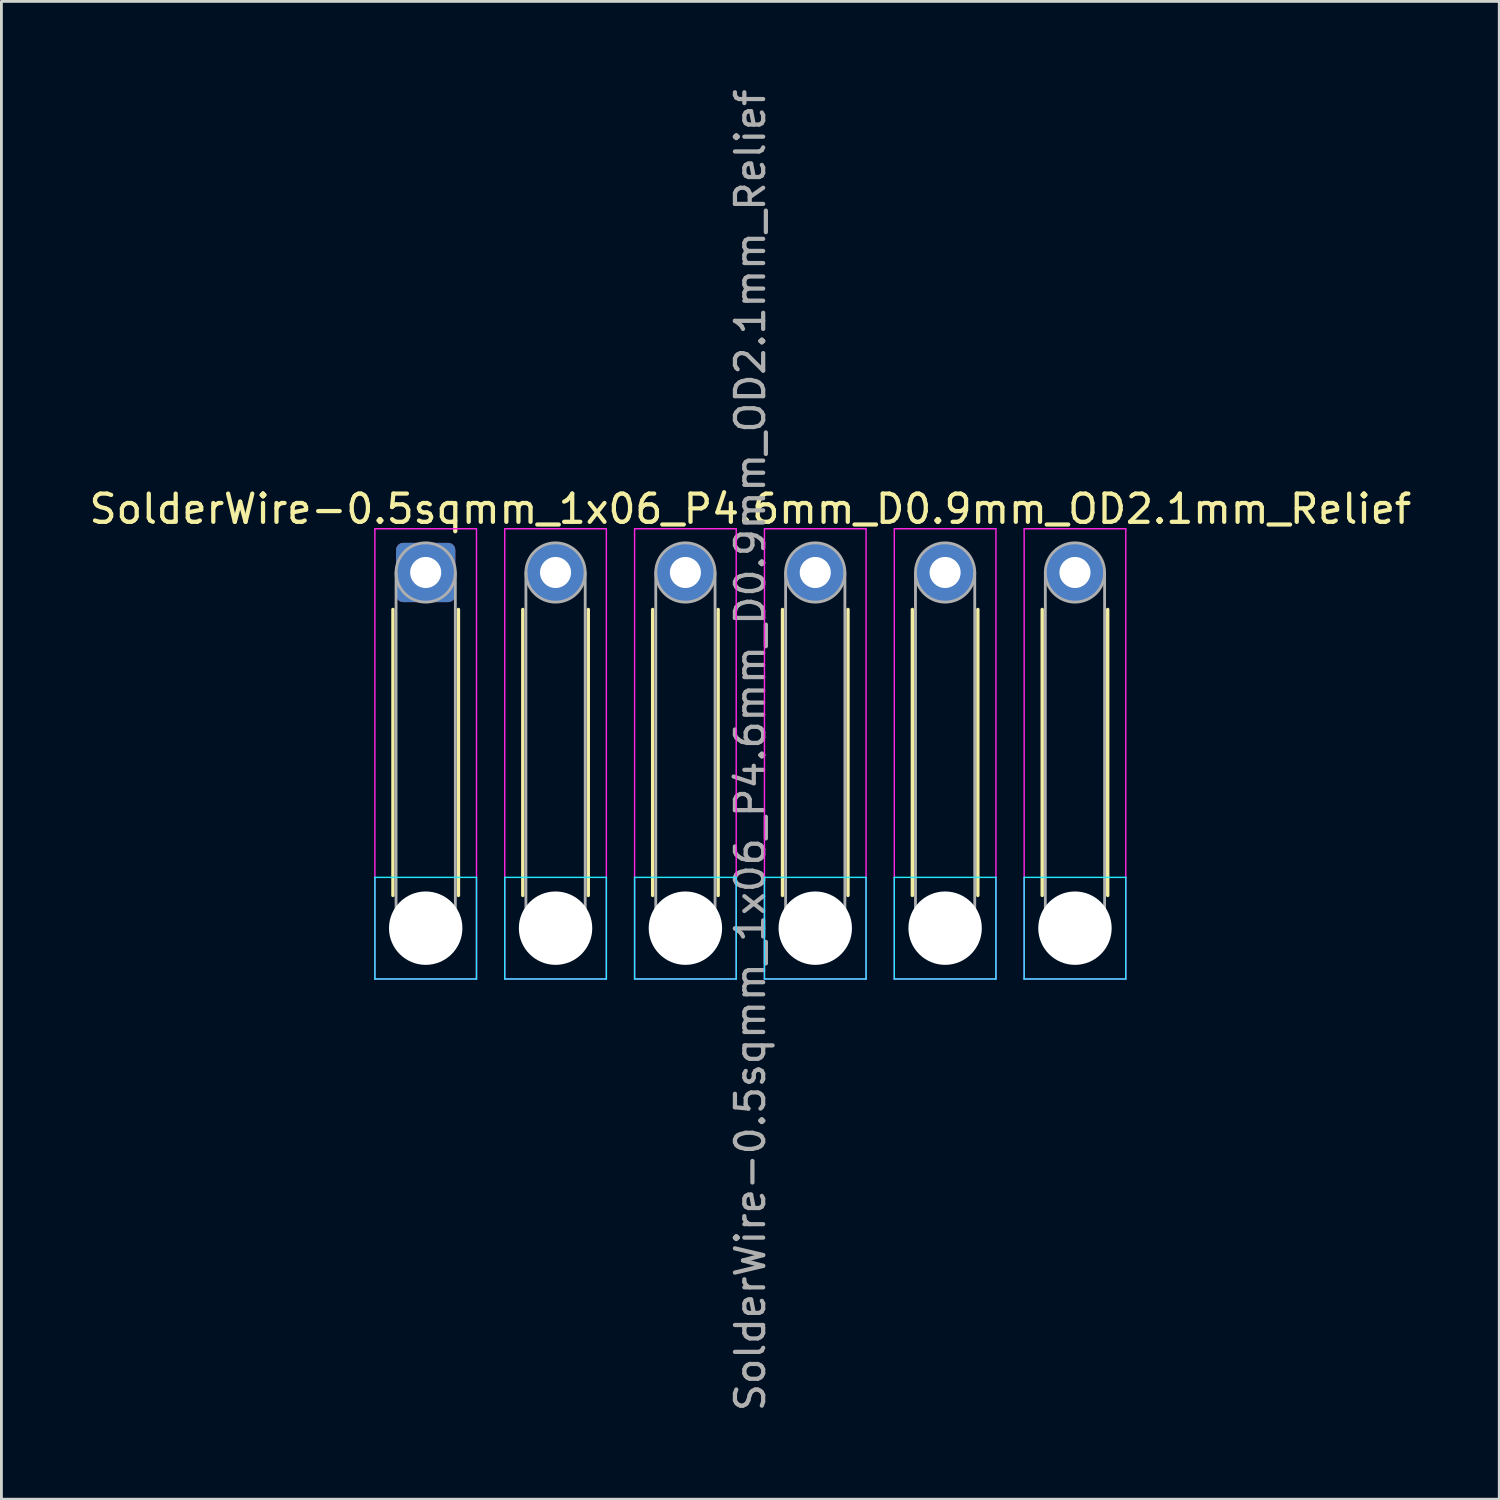
<source format=kicad_pcb>
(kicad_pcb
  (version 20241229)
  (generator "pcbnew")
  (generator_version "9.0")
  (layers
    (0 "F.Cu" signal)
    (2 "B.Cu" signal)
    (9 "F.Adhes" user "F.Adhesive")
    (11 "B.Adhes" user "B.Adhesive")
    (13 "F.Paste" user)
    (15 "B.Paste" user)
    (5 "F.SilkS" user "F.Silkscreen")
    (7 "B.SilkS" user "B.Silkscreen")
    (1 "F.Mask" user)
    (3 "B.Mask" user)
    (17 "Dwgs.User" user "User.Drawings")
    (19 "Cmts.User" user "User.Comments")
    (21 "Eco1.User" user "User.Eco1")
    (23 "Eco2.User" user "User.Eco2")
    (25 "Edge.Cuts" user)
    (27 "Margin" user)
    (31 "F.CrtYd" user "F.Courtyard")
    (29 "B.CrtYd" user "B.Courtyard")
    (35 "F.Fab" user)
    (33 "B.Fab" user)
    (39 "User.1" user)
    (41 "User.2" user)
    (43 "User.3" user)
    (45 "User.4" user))
  (footprint "SolderWire-0.5sqmm_1x06_P4.6mm_D0.9mm_OD2.1mm_Relief"
    (layer "F.Cu")
    (at 12.03 17.23)
    (property "Reference" "SolderWire-0.5sqmm_1x06_P4.6mm_D0.9mm_OD2.1mm_Relief" (at 11.5 -2.25 0) (layer "F.SilkS") (effects (font (size 1 1) (thickness 0.15))))
    (attr exclude_from_pos_files exclude_from_bom)
    (fp_line (start -1.16 1.31) (end -1.16 11.44) (stroke (width 0.12) (type solid)) (layer "F.SilkS"))
    (fp_line (start 1.16 1.31) (end 1.16 11.44) (stroke (width 0.12) (type solid)) (layer "F.SilkS"))
    (fp_line (start 3.44 1.31) (end 3.44 11.44) (stroke (width 0.12) (type solid)) (layer "F.SilkS"))
    (fp_line (start 5.76 1.31) (end 5.76 11.44) (stroke (width 0.12) (type solid)) (layer "F.SilkS"))
    (fp_line (start 8.04 1.31) (end 8.04 11.44) (stroke (width 0.12) (type solid)) (layer "F.SilkS"))
    (fp_line (start 10.36 1.31) (end 10.36 11.44) (stroke (width 0.12) (type solid)) (layer "F.SilkS"))
    (fp_line (start 12.64 1.31) (end 12.64 11.44) (stroke (width 0.12) (type solid)) (layer "F.SilkS"))
    (fp_line (start 14.96 1.31) (end 14.96 11.44) (stroke (width 0.12) (type solid)) (layer "F.SilkS"))
    (fp_line (start 17.24 1.31) (end 17.24 11.44) (stroke (width 0.12) (type solid)) (layer "F.SilkS"))
    (fp_line (start 19.56 1.31) (end 19.56 11.44) (stroke (width 0.12) (type solid)) (layer "F.SilkS"))
    (fp_line (start 21.84 1.31) (end 21.84 11.44) (stroke (width 0.12) (type solid)) (layer "F.SilkS"))
    (fp_line (start 24.16 1.31) (end 24.16 11.44) (stroke (width 0.12) (type solid)) (layer "F.SilkS"))
    (fp_line (start -1.8 10.8) (end -1.8 14.4) (stroke (width 0.05) (type solid)) (layer "B.CrtYd"))
    (fp_line (start -1.8 14.4) (end 1.8 14.4) (stroke (width 0.05) (type solid)) (layer "B.CrtYd"))
    (fp_line (start 1.8 10.8) (end -1.8 10.8) (stroke (width 0.05) (type solid)) (layer "B.CrtYd"))
    (fp_line (start 1.8 14.4) (end 1.8 10.8) (stroke (width 0.05) (type solid)) (layer "B.CrtYd"))
    (fp_line (start 2.8 10.8) (end 2.8 14.4) (stroke (width 0.05) (type solid)) (layer "B.CrtYd"))
    (fp_line (start 2.8 14.4) (end 6.4 14.4) (stroke (width 0.05) (type solid)) (layer "B.CrtYd"))
    (fp_line (start 6.4 10.8) (end 2.8 10.8) (stroke (width 0.05) (type solid)) (layer "B.CrtYd"))
    (fp_line (start 6.4 14.4) (end 6.4 10.8) (stroke (width 0.05) (type solid)) (layer "B.CrtYd"))
    (fp_line (start 7.4 10.8) (end 7.4 14.4) (stroke (width 0.05) (type solid)) (layer "B.CrtYd"))
    (fp_line (start 7.4 14.4) (end 11 14.4) (stroke (width 0.05) (type solid)) (layer "B.CrtYd"))
    (fp_line (start 11 10.8) (end 7.4 10.8) (stroke (width 0.05) (type solid)) (layer "B.CrtYd"))
    (fp_line (start 11 14.4) (end 11 10.8) (stroke (width 0.05) (type solid)) (layer "B.CrtYd"))
    (fp_line (start 12 10.8) (end 12 14.4) (stroke (width 0.05) (type solid)) (layer "B.CrtYd"))
    (fp_line (start 12 14.4) (end 15.6 14.4) (stroke (width 0.05) (type solid)) (layer "B.CrtYd"))
    (fp_line (start 15.6 10.8) (end 12 10.8) (stroke (width 0.05) (type solid)) (layer "B.CrtYd"))
    (fp_line (start 15.6 14.4) (end 15.6 10.8) (stroke (width 0.05) (type solid)) (layer "B.CrtYd"))
    (fp_line (start 16.6 10.8) (end 16.6 14.4) (stroke (width 0.05) (type solid)) (layer "B.CrtYd"))
    (fp_line (start 16.6 14.4) (end 20.2 14.4) (stroke (width 0.05) (type solid)) (layer "B.CrtYd"))
    (fp_line (start 20.2 10.8) (end 16.6 10.8) (stroke (width 0.05) (type solid)) (layer "B.CrtYd"))
    (fp_line (start 20.2 14.4) (end 20.2 10.8) (stroke (width 0.05) (type solid)) (layer "B.CrtYd"))
    (fp_line (start 21.2 10.8) (end 21.2 14.4) (stroke (width 0.05) (type solid)) (layer "B.CrtYd"))
    (fp_line (start 21.2 14.4) (end 24.8 14.4) (stroke (width 0.05) (type solid)) (layer "B.CrtYd"))
    (fp_line (start 24.8 10.8) (end 21.2 10.8) (stroke (width 0.05) (type solid)) (layer "B.CrtYd"))
    (fp_line (start 24.8 14.4) (end 24.8 10.8) (stroke (width 0.05) (type solid)) (layer "B.CrtYd"))
    (fp_line (start -1.8 -1.55) (end -1.8 14.4) (stroke (width 0.05) (type solid)) (layer "F.CrtYd"))
    (fp_line (start -1.8 14.4) (end 1.8 14.4) (stroke (width 0.05) (type solid)) (layer "F.CrtYd"))
    (fp_line (start 1.8 -1.55) (end -1.8 -1.55) (stroke (width 0.05) (type solid)) (layer "F.CrtYd"))
    (fp_line (start 1.8 14.4) (end 1.8 -1.55) (stroke (width 0.05) (type solid)) (layer "F.CrtYd"))
    (fp_line (start 2.8 -1.55) (end 2.8 14.4) (stroke (width 0.05) (type solid)) (layer "F.CrtYd"))
    (fp_line (start 2.8 14.4) (end 6.4 14.4) (stroke (width 0.05) (type solid)) (layer "F.CrtYd"))
    (fp_line (start 6.4 -1.55) (end 2.8 -1.55) (stroke (width 0.05) (type solid)) (layer "F.CrtYd"))
    (fp_line (start 6.4 14.4) (end 6.4 -1.55) (stroke (width 0.05) (type solid)) (layer "F.CrtYd"))
    (fp_line (start 7.4 -1.55) (end 7.4 14.4) (stroke (width 0.05) (type solid)) (layer "F.CrtYd"))
    (fp_line (start 7.4 14.4) (end 11 14.4) (stroke (width 0.05) (type solid)) (layer "F.CrtYd"))
    (fp_line (start 11 -1.55) (end 7.4 -1.55) (stroke (width 0.05) (type solid)) (layer "F.CrtYd"))
    (fp_line (start 11 14.4) (end 11 -1.55) (stroke (width 0.05) (type solid)) (layer "F.CrtYd"))
    (fp_line (start 12 -1.55) (end 12 14.4) (stroke (width 0.05) (type solid)) (layer "F.CrtYd"))
    (fp_line (start 12 14.4) (end 15.6 14.4) (stroke (width 0.05) (type solid)) (layer "F.CrtYd"))
    (fp_line (start 15.6 -1.55) (end 12 -1.55) (stroke (width 0.05) (type solid)) (layer "F.CrtYd"))
    (fp_line (start 15.6 14.4) (end 15.6 -1.55) (stroke (width 0.05) (type solid)) (layer "F.CrtYd"))
    (fp_line (start 16.6 -1.55) (end 16.6 14.4) (stroke (width 0.05) (type solid)) (layer "F.CrtYd"))
    (fp_line (start 16.6 14.4) (end 20.2 14.4) (stroke (width 0.05) (type solid)) (layer "F.CrtYd"))
    (fp_line (start 20.2 -1.55) (end 16.6 -1.55) (stroke (width 0.05) (type solid)) (layer "F.CrtYd"))
    (fp_line (start 20.2 14.4) (end 20.2 -1.55) (stroke (width 0.05) (type solid)) (layer "F.CrtYd"))
    (fp_line (start 21.2 -1.55) (end 21.2 14.4) (stroke (width 0.05) (type solid)) (layer "F.CrtYd"))
    (fp_line (start 21.2 14.4) (end 24.8 14.4) (stroke (width 0.05) (type solid)) (layer "F.CrtYd"))
    (fp_line (start 24.8 -1.55) (end 21.2 -1.55) (stroke (width 0.05) (type solid)) (layer "F.CrtYd"))
    (fp_line (start 24.8 14.4) (end 24.8 -1.55) (stroke (width 0.05) (type solid)) (layer "F.CrtYd"))
    (fp_line (start -1.05 0) (end -1.05 12.6) (stroke (width 0.1) (type solid)) (layer "F.Fab"))
    (fp_line (start 1.05 0) (end 1.05 12.6) (stroke (width 0.1) (type solid)) (layer "F.Fab"))
    (fp_line (start 3.55 0) (end 3.55 12.6) (stroke (width 0.1) (type solid)) (layer "F.Fab"))
    (fp_line (start 5.65 0) (end 5.65 12.6) (stroke (width 0.1) (type solid)) (layer "F.Fab"))
    (fp_line (start 8.15 0) (end 8.15 12.6) (stroke (width 0.1) (type solid)) (layer "F.Fab"))
    (fp_line (start 10.25 0) (end 10.25 12.6) (stroke (width 0.1) (type solid)) (layer "F.Fab"))
    (fp_line (start 12.75 0) (end 12.75 12.6) (stroke (width 0.1) (type solid)) (layer "F.Fab"))
    (fp_line (start 14.85 0) (end 14.85 12.6) (stroke (width 0.1) (type solid)) (layer "F.Fab"))
    (fp_line (start 17.35 0) (end 17.35 12.6) (stroke (width 0.1) (type solid)) (layer "F.Fab"))
    (fp_line (start 19.45 0) (end 19.45 12.6) (stroke (width 0.1) (type solid)) (layer "F.Fab"))
    (fp_line (start 21.95 0) (end 21.95 12.6) (stroke (width 0.1) (type solid)) (layer "F.Fab"))
    (fp_line (start 24.05 0) (end 24.05 12.6) (stroke (width 0.1) (type solid)) (layer "F.Fab"))
    (fp_circle (center 0 0) (end 1.05 0) (stroke (width 0.1) (type solid)) (fill no) (layer "F.Fab"))
    (fp_circle (center 0 12.6) (end 1.05 12.6) (stroke (width 0.1) (type solid)) (fill no) (layer "F.Fab"))
    (fp_circle (center 4.6 0) (end 5.65 0) (stroke (width 0.1) (type solid)) (fill no) (layer "F.Fab"))
    (fp_circle (center 4.6 12.6) (end 5.65 12.6) (stroke (width 0.1) (type solid)) (fill no) (layer "F.Fab"))
    (fp_circle (center 9.2 0) (end 10.25 0) (stroke (width 0.1) (type solid)) (fill no) (layer "F.Fab"))
    (fp_circle (center 9.2 12.6) (end 10.25 12.6) (stroke (width 0.1) (type solid)) (fill no) (layer "F.Fab"))
    (fp_circle (center 13.8 0) (end 14.85 0) (stroke (width 0.1) (type solid)) (fill no) (layer "F.Fab"))
    (fp_circle (center 13.8 12.6) (end 14.85 12.6) (stroke (width 0.1) (type solid)) (fill no) (layer "F.Fab"))
    (fp_circle (center 18.4 0) (end 19.45 0) (stroke (width 0.1) (type solid)) (fill no) (layer "F.Fab"))
    (fp_circle (center 18.4 12.6) (end 19.45 12.6) (stroke (width 0.1) (type solid)) (fill no) (layer "F.Fab"))
    (fp_circle (center 23 0) (end 24.05 0) (stroke (width 0.1) (type solid)) (fill no) (layer "F.Fab"))
    (fp_circle (center 23 12.6) (end 24.05 12.6) (stroke (width 0.1) (type solid)) (fill no) (layer "F.Fab"))
    (fp_text user "${REFERENCE}" (at 11.5 6.3 90) (layer "F.Fab") (effects (font (size 1 1) (thickness 0.15))))
    (pad "" np_thru_hole circle (at 0 12.6) (size 2.6 2.6) (drill 2.6) (layers "*.Cu" "*.Mask"))
    (pad "" np_thru_hole circle (at 4.6 12.6) (size 2.6 2.6) (drill 2.6) (layers "*.Cu" "*.Mask"))
    (pad "" np_thru_hole circle (at 9.2 12.6) (size 2.6 2.6) (drill 2.6) (layers "*.Cu" "*.Mask"))
    (pad "" np_thru_hole circle (at 13.8 12.6) (size 2.6 2.6) (drill 2.6) (layers "*.Cu" "*.Mask"))
    (pad "" np_thru_hole circle (at 18.4 12.6) (size 2.6 2.6) (drill 2.6) (layers "*.Cu" "*.Mask"))
    (pad "" np_thru_hole circle (at 23 12.6) (size 2.6 2.6) (drill 2.6) (layers "*.Cu" "*.Mask"))
    (pad "1" thru_hole roundrect (at 0 0) (size 2.1 2.1) (drill 1.1) (layers "*.Cu" "*.Mask") (roundrect_rratio 0.119))
    (pad "2" thru_hole circle (at 4.6 0) (size 2.1 2.1) (drill 1.1) (layers "*.Cu" "*.Mask"))
    (pad "3" thru_hole circle (at 9.2 0) (size 2.1 2.1) (drill 1.1) (layers "*.Cu" "*.Mask"))
    (pad "4" thru_hole circle (at 13.8 0) (size 2.1 2.1) (drill 1.1) (layers "*.Cu" "*.Mask"))
    (pad "5" thru_hole circle (at 18.4 0) (size 2.1 2.1) (drill 1.1) (layers "*.Cu" "*.Mask"))
    (pad "6" thru_hole circle (at 23 0) (size 2.1 2.1) (drill 1.1) (layers "*.Cu" "*.Mask")))
  (gr_rect
    (start -3 -3)
    (end 50.06 50.06)
    (stroke (width 0.1) (type default))
    (fill no)
    (layer "Edge.Cuts")))
</source>
